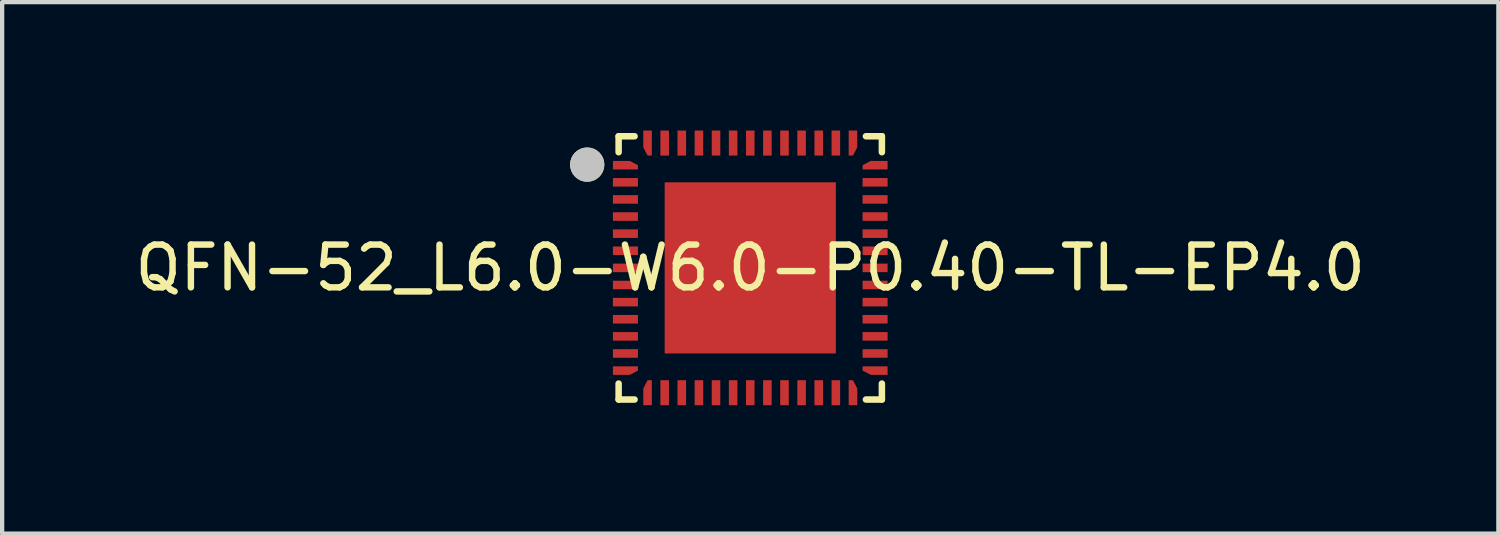
<source format=kicad_pcb>
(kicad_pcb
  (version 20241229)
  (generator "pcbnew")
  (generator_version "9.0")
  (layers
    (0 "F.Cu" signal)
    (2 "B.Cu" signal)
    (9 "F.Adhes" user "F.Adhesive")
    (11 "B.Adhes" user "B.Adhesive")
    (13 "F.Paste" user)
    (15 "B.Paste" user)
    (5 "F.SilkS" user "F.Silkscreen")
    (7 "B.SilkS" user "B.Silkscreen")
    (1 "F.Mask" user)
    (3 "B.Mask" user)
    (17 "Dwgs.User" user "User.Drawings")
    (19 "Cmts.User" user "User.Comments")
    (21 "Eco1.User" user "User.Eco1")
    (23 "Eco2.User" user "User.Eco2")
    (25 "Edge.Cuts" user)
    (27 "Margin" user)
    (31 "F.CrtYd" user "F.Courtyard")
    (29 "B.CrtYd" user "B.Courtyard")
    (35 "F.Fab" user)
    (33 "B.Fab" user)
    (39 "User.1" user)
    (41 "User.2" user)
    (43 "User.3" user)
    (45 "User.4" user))
  (footprint "QFN-52_L6.0-W6.0-P0.40-TL-EP4.0"
    (layer "F.Cu")
    (at 14.482 3.21)
    (property "Reference" "QFN-52_L6.0-W6.0-P0.40-TL-EP4.0" (at 0 0 0) (layer "F.SilkS") (effects (font (size 1 1) (thickness 0.15))))
    (fp_line (start -3.076 -3.076) (end -3.076 -2.703) (stroke (width 0.152) (type default)) (layer "F.SilkS"))
    (fp_line (start -3.076 3.076) (end -3.076 2.703) (stroke (width 0.152) (type default)) (layer "F.SilkS"))
    (fp_line (start -2.703 -3.076) (end -3.076 -3.076) (stroke (width 0.152) (type default)) (layer "F.SilkS"))
    (fp_line (start -2.703 3.076) (end -3.076 3.076) (stroke (width 0.152) (type default)) (layer "F.SilkS"))
    (fp_line (start 2.703 -3.076) (end 3.076 -3.076) (stroke (width 0.152) (type default)) (layer "F.SilkS"))
    (fp_line (start 2.703 3.076) (end 3.076 3.076) (stroke (width 0.152) (type default)) (layer "F.SilkS"))
    (fp_line (start 3.076 -3.076) (end 3.076 -2.703) (stroke (width 0.152) (type default)) (layer "F.SilkS"))
    (fp_line (start 3.076 3.076) (end 3.076 2.703) (stroke (width 0.152) (type default)) (layer "F.SilkS"))
    (fp_circle (center -3.81 -2.413) (end -3.61 -2.413) (stroke (width 0.4) (type default)) (fill no) (layer "F.SilkS"))
    (fp_poly (pts (xy -3.21 -2.1) (xy -3.21 -1.9) (xy -2.625 -1.9) (xy -2.625 -2.1)) (stroke (width 0) (type default)) (fill yes) (layer "F.Paste"))
    (fp_poly (pts (xy -3.21 -1.7) (xy -3.21 -1.5) (xy -2.625 -1.5) (xy -2.625 -1.7)) (stroke (width 0) (type default)) (fill yes) (layer "F.Paste"))
    (fp_poly (pts (xy -3.21 -1.3) (xy -3.21 -1.1) (xy -2.625 -1.1) (xy -2.625 -1.3)) (stroke (width 0) (type default)) (fill yes) (layer "F.Paste"))
    (fp_poly (pts (xy -3.21 -0.9) (xy -3.21 -0.7) (xy -2.625 -0.7) (xy -2.625 -0.9)) (stroke (width 0) (type default)) (fill yes) (layer "F.Paste"))
    (fp_poly (pts (xy -3.21 -0.5) (xy -3.21 -0.3) (xy -2.625 -0.3) (xy -2.625 -0.5)) (stroke (width 0) (type default)) (fill yes) (layer "F.Paste"))
    (fp_poly (pts (xy -3.21 0.3) (xy -3.21 0.5) (xy -2.625 0.5) (xy -2.625 0.3)) (stroke (width 0) (type default)) (fill yes) (layer "F.Paste"))
    (fp_poly (pts (xy -3.21 0.7) (xy -3.21 0.9) (xy -2.625 0.9) (xy -2.625 0.7)) (stroke (width 0) (type default)) (fill yes) (layer "F.Paste"))
    (fp_poly (pts (xy -3.21 1.1) (xy -3.21 1.3) (xy -2.625 1.3) (xy -2.625 1.1)) (stroke (width 0) (type default)) (fill yes) (layer "F.Paste"))
    (fp_poly (pts (xy -3.21 1.5) (xy -3.21 1.7) (xy -2.625 1.7) (xy -2.625 1.5)) (stroke (width 0) (type default)) (fill yes) (layer "F.Paste"))
    (fp_poly (pts (xy -3.21 1.9) (xy -3.21 2.1) (xy -2.625 2.1) (xy -2.625 1.9)) (stroke (width 0) (type default)) (fill yes) (layer "F.Paste"))
    (fp_poly (pts (xy -2.625 0.1) (xy -2.625 -0.1) (xy -3.21 -0.1) (xy -3.21 0.1)) (stroke (width 0) (type default)) (fill yes) (layer "F.Paste"))
    (fp_poly (pts (xy -2.1 2.625) (xy -2.1 3.21) (xy -1.9 3.21) (xy -1.9 2.625)) (stroke (width 0) (type default)) (fill yes) (layer "F.Paste"))
    (fp_poly (pts (xy -1.9 -2.625) (xy -1.9 -3.21) (xy -2.1 -3.21) (xy -2.1 -2.625)) (stroke (width 0) (type default)) (fill yes) (layer "F.Paste"))
    (fp_poly (pts (xy -1.7 -3.21) (xy -1.7 -2.625) (xy -1.5 -2.625) (xy -1.5 -3.21)) (stroke (width 0) (type default)) (fill yes) (layer "F.Paste"))
    (fp_poly (pts (xy -1.7 2.625) (xy -1.7 3.21) (xy -1.5 3.21) (xy -1.5 2.625)) (stroke (width 0) (type default)) (fill yes) (layer "F.Paste"))
    (fp_poly (pts (xy -1.3 -3.21) (xy -1.3 -2.625) (xy -1.1 -2.625) (xy -1.1 -3.21)) (stroke (width 0) (type default)) (fill yes) (layer "F.Paste"))
    (fp_poly (pts (xy -1.3 2.625) (xy -1.3 3.21) (xy -1.1 3.21) (xy -1.1 2.625)) (stroke (width 0) (type default)) (fill yes) (layer "F.Paste"))
    (fp_poly (pts (xy -0.9 -3.21) (xy -0.9 -2.625) (xy -0.7 -2.625) (xy -0.7 -3.21)) (stroke (width 0) (type default)) (fill yes) (layer "F.Paste"))
    (fp_poly (pts (xy -0.7 3.21) (xy -0.7 2.625) (xy -0.9 2.625) (xy -0.9 3.21)) (stroke (width 0) (type default)) (fill yes) (layer "F.Paste"))
    (fp_poly (pts (xy -0.3 -2.625) (xy -0.3 -3.21) (xy -0.5 -3.21) (xy -0.5 -2.625)) (stroke (width 0) (type default)) (fill yes) (layer "F.Paste"))
    (fp_poly (pts (xy -0.3 3.21) (xy -0.3 2.625) (xy -0.5 2.625) (xy -0.5 3.21)) (stroke (width 0) (type default)) (fill yes) (layer "F.Paste"))
    (fp_poly (pts (xy 0.1 -2.625) (xy 0.1 -3.21) (xy -0.1 -3.21) (xy -0.1 -2.625)) (stroke (width 0) (type default)) (fill yes) (layer "F.Paste"))
    (fp_poly (pts (xy 0.1 3.21) (xy 0.1 2.625) (xy -0.1 2.625) (xy -0.1 3.21)) (stroke (width 0) (type default)) (fill yes) (layer "F.Paste"))
    (fp_poly (pts (xy 0.5 -2.625) (xy 0.5 -3.21) (xy 0.3 -3.21) (xy 0.3 -2.625)) (stroke (width 0) (type default)) (fill yes) (layer "F.Paste"))
    (fp_poly (pts (xy 0.5 3.21) (xy 0.5 2.625) (xy 0.3 2.625) (xy 0.3 3.21)) (stroke (width 0) (type default)) (fill yes) (layer "F.Paste"))
    (fp_poly (pts (xy 0.9 -2.625) (xy 0.9 -3.21) (xy 0.7 -3.21) (xy 0.7 -2.625)) (stroke (width 0) (type default)) (fill yes) (layer "F.Paste"))
    (fp_poly (pts (xy 0.9 3.21) (xy 0.9 2.625) (xy 0.7 2.625) (xy 0.7 3.21)) (stroke (width 0) (type default)) (fill yes) (layer "F.Paste"))
    (fp_poly (pts (xy 1.1 2.625) (xy 1.1 3.21) (xy 1.3 3.21) (xy 1.3 2.625)) (stroke (width 0) (type default)) (fill yes) (layer "F.Paste"))
    (fp_poly (pts (xy 1.3 -2.625) (xy 1.3 -3.21) (xy 1.1 -3.21) (xy 1.1 -2.625)) (stroke (width 0) (type default)) (fill yes) (layer "F.Paste"))
    (fp_poly (pts (xy 1.5 -3.21) (xy 1.5 -2.625) (xy 1.7 -2.625) (xy 1.7 -3.21)) (stroke (width 0) (type default)) (fill yes) (layer "F.Paste"))
    (fp_poly (pts (xy 1.7 3.21) (xy 1.7 2.625) (xy 1.5 2.625) (xy 1.5 3.21)) (stroke (width 0) (type default)) (fill yes) (layer "F.Paste"))
    (fp_poly (pts (xy 1.8 -1.8) (xy 1.8 1.8) (xy -1.8 1.8) (xy -1.8 -1.8)) (stroke (width 0) (type default)) (fill yes) (layer "F.Paste"))
    (fp_poly (pts (xy 1.9 -3.21) (xy 1.9 -2.625) (xy 2.1 -2.625) (xy 2.1 -3.21)) (stroke (width 0) (type default)) (fill yes) (layer "F.Paste"))
    (fp_poly (pts (xy 2.1 3.21) (xy 2.1 2.625) (xy 1.9 2.625) (xy 1.9 3.21)) (stroke (width 0) (type default)) (fill yes) (layer "F.Paste"))
    (fp_poly (pts (xy 3.21 -1.9) (xy 3.21 -2.1) (xy 2.625 -2.1) (xy 2.625 -1.9)) (stroke (width 0) (type default)) (fill yes) (layer "F.Paste"))
    (fp_poly (pts (xy 3.21 -1.5) (xy 3.21 -1.7) (xy 2.625 -1.7) (xy 2.625 -1.5)) (stroke (width 0) (type default)) (fill yes) (layer "F.Paste"))
    (fp_poly (pts (xy 3.21 -1.1) (xy 3.21 -1.3) (xy 2.625 -1.3) (xy 2.625 -1.1)) (stroke (width 0) (type default)) (fill yes) (layer "F.Paste"))
    (fp_poly (pts (xy 3.21 -0.7) (xy 3.21 -0.9) (xy 2.625 -0.9) (xy 2.625 -0.7)) (stroke (width 0) (type default)) (fill yes) (layer "F.Paste"))
    (fp_poly (pts (xy 3.21 -0.3) (xy 3.21 -0.5) (xy 2.625 -0.5) (xy 2.625 -0.3)) (stroke (width 0) (type default)) (fill yes) (layer "F.Paste"))
    (fp_poly (pts (xy 3.21 0.1) (xy 3.21 -0.1) (xy 2.625 -0.1) (xy 2.625 0.1)) (stroke (width 0) (type default)) (fill yes) (layer "F.Paste"))
    (fp_poly (pts (xy 3.21 0.5) (xy 3.21 0.3) (xy 2.625 0.3) (xy 2.625 0.5)) (stroke (width 0) (type default)) (fill yes) (layer "F.Paste"))
    (fp_poly (pts (xy 3.21 0.9) (xy 3.21 0.7) (xy 2.625 0.7) (xy 2.625 0.9)) (stroke (width 0) (type default)) (fill yes) (layer "F.Paste"))
    (fp_poly (pts (xy 3.21 1.3) (xy 3.21 1.1) (xy 2.625 1.1) (xy 2.625 1.3)) (stroke (width 0) (type default)) (fill yes) (layer "F.Paste"))
    (fp_poly (pts (xy 3.21 1.7) (xy 3.21 1.5) (xy 2.625 1.5) (xy 2.625 1.7)) (stroke (width 0) (type default)) (fill yes) (layer "F.Paste"))
    (fp_poly (pts (xy 3.21 2.1) (xy 3.21 1.9) (xy 2.625 1.9) (xy 2.625 2.1)) (stroke (width 0) (type default)) (fill yes) (layer "F.Paste"))
    (fp_poly (pts (xy -3.21 -2.5) (xy -3.21 -2.3) (xy -2.625 -2.3) (xy -2.625 -2.4) (xy -2.817 -2.5)) (stroke (width 0) (type default)) (fill yes) (layer "F.Paste"))
    (fp_poly (pts (xy -2.625 2.4) (xy -2.625 2.3) (xy -3.21 2.3) (xy -3.21 2.5) (xy -2.817 2.5)) (stroke (width 0) (type default)) (fill yes) (layer "F.Paste"))
    (fp_poly (pts (xy -2.4 2.624) (xy -2.5 2.817) (xy -2.5 3.209) (xy -2.3 3.209) (xy -2.3 2.624)) (stroke (width 0) (type default)) (fill yes) (layer "F.Paste"))
    (fp_poly (pts (xy -2.3 -2.625) (xy -2.3 -3.21) (xy -2.5 -3.21) (xy -2.5 -2.817) (xy -2.4 -2.625)) (stroke (width 0) (type default)) (fill yes) (layer "F.Paste"))
    (fp_poly (pts (xy 2.5 -2.817) (xy 2.5 -3.21) (xy 2.3 -3.21) (xy 2.3 -2.625) (xy 2.4 -2.625)) (stroke (width 0) (type default)) (fill yes) (layer "F.Paste"))
    (fp_poly (pts (xy 2.5 2.817) (xy 2.4 2.625) (xy 2.3 2.625) (xy 2.3 3.21) (xy 2.5 3.21)) (stroke (width 0) (type default)) (fill yes) (layer "F.Paste"))
    (fp_poly (pts (xy 3.21 -2.3) (xy 3.21 -2.5) (xy 2.817 -2.5) (xy 2.625 -2.4) (xy 2.625 -2.3)) (stroke (width 0) (type default)) (fill yes) (layer "F.Paste"))
    (fp_poly (pts (xy 3.21 2.5) (xy 3.21 2.3) (xy 2.625 2.3) (xy 2.625 2.4) (xy 2.817 2.5)) (stroke (width 0) (type default)) (fill yes) (layer "F.Paste"))
    (fp_circle (center -3.81 -2.413) (end -3.61 -2.413) (stroke (width 0.4) (type default)) (fill no) (layer "Dwgs.User"))
    (fp_poly (pts (xy -3 -2.3) (xy -3 -2.5) (xy -2.6 -2.5) (xy -2.6 -2.3)) (stroke (width 0.1) (type default)) (fill no) (layer "User.1"))
    (fp_poly (pts (xy -3 -1.9) (xy -3 -2.1) (xy -2.6 -2.1) (xy -2.6 -1.9)) (stroke (width 0.1) (type default)) (fill no) (layer "User.1"))
    (fp_poly (pts (xy -3 -1.5) (xy -3 -1.7) (xy -2.6 -1.7) (xy -2.6 -1.5)) (stroke (width 0.1) (type default)) (fill no) (layer "User.1"))
    (fp_poly (pts (xy -3 -1.1) (xy -3 -1.3) (xy -2.6 -1.3) (xy -2.6 -1.1)) (stroke (width 0.1) (type default)) (fill no) (layer "User.1"))
    (fp_poly (pts (xy -3 -0.7) (xy -3 -0.9) (xy -2.6 -0.9) (xy -2.6 -0.7)) (stroke (width 0.1) (type default)) (fill no) (layer "User.1"))
    (fp_poly (pts (xy -3 -0.3) (xy -3 -0.5) (xy -2.6 -0.5) (xy -2.6 -0.3)) (stroke (width 0.1) (type default)) (fill no) (layer "User.1"))
    (fp_poly (pts (xy -3 0.1) (xy -3 -0.1) (xy -2.6 -0.1) (xy -2.6 0.1)) (stroke (width 0.1) (type default)) (fill no) (layer "User.1"))
    (fp_poly (pts (xy -3 0.5) (xy -3 0.3) (xy -2.6 0.3) (xy -2.6 0.5)) (stroke (width 0.1) (type default)) (fill no) (layer "User.1"))
    (fp_poly (pts (xy -3 0.9) (xy -3 0.7) (xy -2.6 0.7) (xy -2.6 0.9)) (stroke (width 0.1) (type default)) (fill no) (layer "User.1"))
    (fp_poly (pts (xy -3 1.3) (xy -3 1.1) (xy -2.6 1.1) (xy -2.6 1.3)) (stroke (width 0.1) (type default)) (fill no) (layer "User.1"))
    (fp_poly (pts (xy -3 1.7) (xy -3 1.5) (xy -2.6 1.5) (xy -2.6 1.7)) (stroke (width 0.1) (type default)) (fill no) (layer "User.1"))
    (fp_poly (pts (xy -3 2.1) (xy -3 1.9) (xy -2.6 1.9) (xy -2.6 2.1)) (stroke (width 0.1) (type default)) (fill no) (layer "User.1"))
    (fp_poly (pts (xy -2.6 2.3) (xy -2.6 2.5) (xy -3 2.5) (xy -3 2.3)) (stroke (width 0.1) (type default)) (fill no) (layer "User.1"))
    (fp_poly (pts (xy -2.5 -3) (xy -2.3 -3) (xy -2.3 -2.6) (xy -2.5 -2.6)) (stroke (width 0.1) (type default)) (fill no) (layer "User.1"))
    (fp_poly (pts (xy -2.5 2.6) (xy -2.3 2.6) (xy -2.3 3) (xy -2.5 3)) (stroke (width 0.1) (type default)) (fill no) (layer "User.1"))
    (fp_poly (pts (xy -2.1 -2.6) (xy -2.1 -3) (xy -1.9 -3) (xy -1.9 -2.6)) (stroke (width 0.1) (type default)) (fill no) (layer "User.1"))
    (fp_poly (pts (xy -2.1 3) (xy -2.1 2.6) (xy -1.9 2.6) (xy -1.9 3)) (stroke (width 0.1) (type default)) (fill no) (layer "User.1"))
    (fp_poly (pts (xy -1.7 -2.6) (xy -1.7 -3) (xy -1.5 -3) (xy -1.5 -2.6)) (stroke (width 0.1) (type default)) (fill no) (layer "User.1"))
    (fp_poly (pts (xy -1.7 3) (xy -1.7 2.6) (xy -1.5 2.6) (xy -1.5 3)) (stroke (width 0.1) (type default)) (fill no) (layer "User.1"))
    (fp_poly (pts (xy -1.3 -2.6) (xy -1.3 -3) (xy -1.1 -3) (xy -1.1 -2.6)) (stroke (width 0.1) (type default)) (fill no) (layer "User.1"))
    (fp_poly (pts (xy -1.3 3) (xy -1.3 2.6) (xy -1.1 2.6) (xy -1.1 3)) (stroke (width 0.1) (type default)) (fill no) (layer "User.1"))
    (fp_poly (pts (xy -0.9 -2.6) (xy -0.9 -3) (xy -0.7 -3) (xy -0.7 -2.6)) (stroke (width 0.1) (type default)) (fill no) (layer "User.1"))
    (fp_poly (pts (xy -0.9 3) (xy -0.9 2.6) (xy -0.7 2.6) (xy -0.7 3)) (stroke (width 0.1) (type default)) (fill no) (layer "User.1"))
    (fp_poly (pts (xy -0.5 -2.6) (xy -0.5 -3) (xy -0.3 -3) (xy -0.3 -2.6)) (stroke (width 0.1) (type default)) (fill no) (layer "User.1"))
    (fp_poly (pts (xy -0.5 3) (xy -0.5 2.6) (xy -0.3 2.6) (xy -0.3 3)) (stroke (width 0.1) (type default)) (fill no) (layer "User.1"))
    (fp_poly (pts (xy -0.1 -2.6) (xy -0.1 -3) (xy 0.1 -3) (xy 0.1 -2.6)) (stroke (width 0.1) (type default)) (fill no) (layer "User.1"))
    (fp_poly (pts (xy -0.1 3) (xy -0.1 2.6) (xy 0.1 2.6) (xy 0.1 3)) (stroke (width 0.1) (type default)) (fill no) (layer "User.1"))
    (fp_poly (pts (xy 0.3 -2.6) (xy 0.3 -3) (xy 0.5 -3) (xy 0.5 -2.6)) (stroke (width 0.1) (type default)) (fill no) (layer "User.1"))
    (fp_poly (pts (xy 0.3 3) (xy 0.3 2.6) (xy 0.5 2.6) (xy 0.5 3)) (stroke (width 0.1) (type default)) (fill no) (layer "User.1"))
    (fp_poly (pts (xy 0.7 -2.6) (xy 0.7 -3) (xy 0.9 -3) (xy 0.9 -2.6)) (stroke (width 0.1) (type default)) (fill no) (layer "User.1"))
    (fp_poly (pts (xy 0.7 3) (xy 0.7 2.6) (xy 0.9 2.6) (xy 0.9 3)) (stroke (width 0.1) (type default)) (fill no) (layer "User.1"))
    (fp_poly (pts (xy 1.1 -2.6) (xy 1.1 -3) (xy 1.3 -3) (xy 1.3 -2.6)) (stroke (width 0.1) (type default)) (fill no) (layer "User.1"))
    (fp_poly (pts (xy 1.1 3) (xy 1.1 2.6) (xy 1.3 2.6) (xy 1.3 3)) (stroke (width 0.1) (type default)) (fill no) (layer "User.1"))
    (fp_poly (pts (xy 1.5 -2.6) (xy 1.5 -3) (xy 1.7 -3) (xy 1.7 -2.6)) (stroke (width 0.1) (type default)) (fill no) (layer "User.1"))
    (fp_poly (pts (xy 1.5 3) (xy 1.5 2.6) (xy 1.7 2.6) (xy 1.7 3)) (stroke (width 0.1) (type default)) (fill no) (layer "User.1"))
    (fp_poly (pts (xy 1.9 -2.6) (xy 1.9 -3) (xy 2.1 -3) (xy 2.1 -2.6)) (stroke (width 0.1) (type default)) (fill no) (layer "User.1"))
    (fp_poly (pts (xy 1.9 3) (xy 1.9 2.6) (xy 2.1 2.6) (xy 2.1 3)) (stroke (width 0.1) (type default)) (fill no) (layer "User.1"))
    (fp_poly (pts (xy 2 -2) (xy 2 2) (xy -2 2) (xy -2 -2)) (stroke (width 0.1) (type default)) (fill no) (layer "User.1"))
    (fp_poly (pts (xy 2.5 -2.6) (xy 2.3 -2.6) (xy 2.3 -3) (xy 2.5 -3)) (stroke (width 0.1) (type default)) (fill no) (layer "User.1"))
    (fp_poly (pts (xy 2.501 3) (xy 2.3 3) (xy 2.3 2.6) (xy 2.501 2.6)) (stroke (width 0.1) (type default)) (fill no) (layer "User.1"))
    (fp_poly (pts (xy 2.6 -2.3) (xy 2.6 -2.5) (xy 3 -2.5) (xy 3 -2.3)) (stroke (width 0.1) (type default)) (fill no) (layer "User.1"))
    (fp_poly (pts (xy 2.6 -1.9) (xy 2.6 -2.1) (xy 3 -2.1) (xy 3 -1.9)) (stroke (width 0.1) (type default)) (fill no) (layer "User.1"))
    (fp_poly (pts (xy 2.6 -1.5) (xy 2.6 -1.7) (xy 3 -1.7) (xy 3 -1.5)) (stroke (width 0.1) (type default)) (fill no) (layer "User.1"))
    (fp_poly (pts (xy 2.6 -1.1) (xy 2.6 -1.3) (xy 3 -1.3) (xy 3 -1.1)) (stroke (width 0.1) (type default)) (fill no) (layer "User.1"))
    (fp_poly (pts (xy 2.6 -0.7) (xy 2.6 -0.9) (xy 3 -0.9) (xy 3 -0.7)) (stroke (width 0.1) (type default)) (fill no) (layer "User.1"))
    (fp_poly (pts (xy 2.6 -0.3) (xy 2.6 -0.5) (xy 3 -0.5) (xy 3 -0.3)) (stroke (width 0.1) (type default)) (fill no) (layer "User.1"))
    (fp_poly (pts (xy 2.6 0.1) (xy 2.6 -0.1) (xy 3 -0.1) (xy 3 0.1)) (stroke (width 0.1) (type default)) (fill no) (layer "User.1"))
    (fp_poly (pts (xy 2.6 0.5) (xy 2.6 0.3) (xy 3 0.3) (xy 3 0.5)) (stroke (width 0.1) (type default)) (fill no) (layer "User.1"))
    (fp_poly (pts (xy 2.6 0.9) (xy 2.6 0.7) (xy 3 0.7) (xy 3 0.9)) (stroke (width 0.1) (type default)) (fill no) (layer "User.1"))
    (fp_poly (pts (xy 2.6 1.3) (xy 2.6 1.1) (xy 3 1.1) (xy 3 1.3)) (stroke (width 0.1) (type default)) (fill no) (layer "User.1"))
    (fp_poly (pts (xy 2.6 1.7) (xy 2.6 1.5) (xy 3 1.5) (xy 3 1.7)) (stroke (width 0.1) (type default)) (fill no) (layer "User.1"))
    (fp_poly (pts (xy 2.6 2.1) (xy 2.6 1.9) (xy 3 1.9) (xy 3 2.1)) (stroke (width 0.1) (type default)) (fill no) (layer "User.1"))
    (fp_poly (pts (xy 3 2.3) (xy 3 2.5) (xy 2.6 2.5) (xy 2.6 2.3)) (stroke (width 0.1) (type default)) (fill no) (layer "User.1"))
    (fp_line (start -3 -3) (end 3 -3) (stroke (width 0.051) (type default)) (layer "User.2"))
    (fp_line (start -3 3) (end -3 -3) (stroke (width 0.051) (type default)) (layer "User.2"))
    (fp_line (start 3 -3) (end 3 3) (stroke (width 0.051) (type default)) (layer "User.2"))
    (fp_line (start 3 3) (end -3 3) (stroke (width 0.051) (type default)) (layer "User.2"))
    (fp_poly (pts (xy -2.94 -3) (xy -2.958 -3.042) (xy -3 -3.06) (xy -3.042 -3.042) (xy -3.06 -3) (xy -3.042 -2.958) (xy -3 -2.94) (xy -2.958 -2.958)) (stroke (width 0.1) (type default)) (fill no) (layer "User.3"))
    (pad "1" smd custom (at -2.917 -2.4) (size 0.000001 0.000001) (layers "F.Cu" "F.Mask" "F.Paste") (options (anchor circle)) (primitives (gr_poly (pts (xy 0.1 -0.1) (xy 0.292 0) (xy 0.292 0.1) (xy -0.292 0.1) (xy -0.292 -0.1)) (width 0) (fill yes))))
    (pad "2" smd rect (at -2.917 -2 270) (size 0.2 0.585) (layers "F.Cu" "F.Mask" "F.Paste"))
    (pad "3" smd rect (at -2.917 -1.6 270) (size 0.2 0.585) (layers "F.Cu" "F.Mask" "F.Paste"))
    (pad "4" smd rect (at -2.917 -1.2 270) (size 0.2 0.585) (layers "F.Cu" "F.Mask" "F.Paste"))
    (pad "5" smd rect (at -2.917 -0.8 270) (size 0.2 0.585) (layers "F.Cu" "F.Mask" "F.Paste"))
    (pad "6" smd rect (at -2.917 -0.4 270) (size 0.2 0.585) (layers "F.Cu" "F.Mask" "F.Paste"))
    (pad "7" smd rect (at -2.917 0 270) (size 0.2 0.585) (layers "F.Cu" "F.Mask" "F.Paste"))
    (pad "8" smd rect (at -2.917 0.4 270) (size 0.2 0.585) (layers "F.Cu" "F.Mask" "F.Paste"))
    (pad "9" smd rect (at -2.917 0.8 270) (size 0.2 0.585) (layers "F.Cu" "F.Mask" "F.Paste"))
    (pad "10" smd rect (at -2.917 1.2 270) (size 0.2 0.585) (layers "F.Cu" "F.Mask" "F.Paste"))
    (pad "11" smd rect (at -2.917 1.6 270) (size 0.2 0.585) (layers "F.Cu" "F.Mask" "F.Paste"))
    (pad "12" smd rect (at -2.917 2 270) (size 0.2 0.585) (layers "F.Cu" "F.Mask" "F.Paste"))
    (pad "13" smd custom (at -2.917 2.4) (size 0.000001 0.000001) (layers "F.Cu" "F.Mask" "F.Paste") (options (anchor circle)) (primitives (gr_poly (pts (xy 0.1 0.1) (xy 0.292 0) (xy 0.292 -0.1) (xy -0.292 -0.1) (xy -0.292 0.1)) (width 0) (fill yes))))
    (pad "14" smd custom (at -2.4 2.917) (size 0.000001 0.000001) (layers "F.Cu" "F.Mask" "F.Paste") (options (anchor circle)) (primitives (gr_poly (pts (xy -0.1 -0.1) (xy 0 -0.292) (xy 0.1 -0.292) (xy 0.1 0.292) (xy -0.1 0.292)) (width 0) (fill yes))))
    (pad "15" smd rect (at -2 2.917 270) (size 0.585 0.2) (layers "F.Cu" "F.Mask" "F.Paste"))
    (pad "16" smd rect (at -1.6 2.917 270) (size 0.585 0.2) (layers "F.Cu" "F.Mask" "F.Paste"))
    (pad "17" smd rect (at -1.2 2.917 270) (size 0.585 0.2) (layers "F.Cu" "F.Mask" "F.Paste"))
    (pad "18" smd rect (at -0.8 2.917 270) (size 0.585 0.2) (layers "F.Cu" "F.Mask" "F.Paste"))
    (pad "19" smd rect (at -0.4 2.917 270) (size 0.585 0.2) (layers "F.Cu" "F.Mask" "F.Paste"))
    (pad "20" smd rect (at 0 2.917 270) (size 0.585 0.2) (layers "F.Cu" "F.Mask" "F.Paste"))
    (pad "21" smd rect (at 0.4 2.917 270) (size 0.585 0.2) (layers "F.Cu" "F.Mask" "F.Paste"))
    (pad "22" smd rect (at 0.8 2.917 270) (size 0.585 0.2) (layers "F.Cu" "F.Mask" "F.Paste"))
    (pad "23" smd rect (at 1.2 2.917 270) (size 0.585 0.2) (layers "F.Cu" "F.Mask" "F.Paste"))
    (pad "24" smd rect (at 1.6 2.917 270) (size 0.585 0.2) (layers "F.Cu" "F.Mask" "F.Paste"))
    (pad "25" smd rect (at 2 2.917 270) (size 0.585 0.2) (layers "F.Cu" "F.Mask" "F.Paste"))
    (pad "26" smd custom (at 2.401 2.917) (size 0.000001 0.000001) (layers "F.Cu" "F.Mask" "F.Paste") (options (anchor circle)) (primitives (gr_poly (pts (xy 0.1 -0.1) (xy -0.001 -0.292) (xy -0.101 -0.292) (xy -0.101 0.292) (xy 0.1 0.292)) (width 0) (fill yes))))
    (pad "27" smd custom (at 2.917 2.4) (size 0.000001 0.000001) (layers "F.Cu" "F.Mask" "F.Paste") (options (anchor circle)) (primitives (gr_poly (pts (xy -0.1 0.1) (xy -0.292 0) (xy -0.292 -0.1) (xy 0.292 -0.1) (xy 0.292 0.1)) (width 0) (fill yes))))
    (pad "28" smd rect (at 2.917 2 270) (size 0.2 0.585) (layers "F.Cu" "F.Mask" "F.Paste"))
    (pad "29" smd rect (at 2.917 1.6 270) (size 0.2 0.585) (layers "F.Cu" "F.Mask" "F.Paste"))
    (pad "30" smd rect (at 2.917 1.2 270) (size 0.2 0.585) (layers "F.Cu" "F.Mask" "F.Paste"))
    (pad "31" smd rect (at 2.917 0.8 270) (size 0.2 0.585) (layers "F.Cu" "F.Mask" "F.Paste"))
    (pad "32" smd rect (at 2.917 0.4 270) (size 0.2 0.585) (layers "F.Cu" "F.Mask" "F.Paste"))
    (pad "33" smd rect (at 2.917 0 270) (size 0.2 0.585) (layers "F.Cu" "F.Mask" "F.Paste"))
    (pad "34" smd rect (at 2.917 -0.4 270) (size 0.2 0.585) (layers "F.Cu" "F.Mask" "F.Paste"))
    (pad "35" smd rect (at 2.917 -0.8 270) (size 0.2 0.585) (layers "F.Cu" "F.Mask" "F.Paste"))
    (pad "36" smd rect (at 2.917 -1.2 270) (size 0.2 0.585) (layers "F.Cu" "F.Mask" "F.Paste"))
    (pad "37" smd rect (at 2.917 -1.6 270) (size 0.2 0.585) (layers "F.Cu" "F.Mask" "F.Paste"))
    (pad "38" smd rect (at 2.917 -2 270) (size 0.2 0.585) (layers "F.Cu" "F.Mask" "F.Paste"))
    (pad "39" smd custom (at 2.917 -2.4) (size 0.000001 0.000001) (layers "F.Cu" "F.Mask" "F.Paste") (options (anchor circle)) (primitives (gr_poly (pts (xy -0.1 -0.1) (xy -0.292 0) (xy -0.292 0.1) (xy 0.292 0.1) (xy 0.292 -0.1)) (width 0) (fill yes))))
    (pad "40" smd custom (at 2.4 -2.917) (size 0.000001 0.000001) (layers "F.Cu" "F.Mask" "F.Paste") (options (anchor circle)) (primitives (gr_poly (pts (xy 0.1 0.1) (xy 0 0.292) (xy -0.1 0.292) (xy -0.1 -0.292) (xy 0.1 -0.292)) (width 0) (fill yes))))
    (pad "41" smd rect (at 2 -2.917 270) (size 0.585 0.2) (layers "F.Cu" "F.Mask" "F.Paste"))
    (pad "42" smd rect (at 1.6 -2.917 270) (size 0.585 0.2) (layers "F.Cu" "F.Mask" "F.Paste"))
    (pad "43" smd rect (at 1.2 -2.917 270) (size 0.585 0.2) (layers "F.Cu" "F.Mask" "F.Paste"))
    (pad "44" smd rect (at 0.8 -2.917 270) (size 0.585 0.2) (layers "F.Cu" "F.Mask" "F.Paste"))
    (pad "45" smd rect (at 0.4 -2.917 270) (size 0.585 0.2) (layers "F.Cu" "F.Mask" "F.Paste"))
    (pad "46" smd rect (at 0 -2.917 270) (size 0.585 0.2) (layers "F.Cu" "F.Mask" "F.Paste"))
    (pad "47" smd rect (at -0.4 -2.917 270) (size 0.585 0.2) (layers "F.Cu" "F.Mask" "F.Paste"))
    (pad "48" smd rect (at -0.8 -2.917 270) (size 0.585 0.2) (layers "F.Cu" "F.Mask" "F.Paste"))
    (pad "49" smd rect (at -1.2 -2.917 270) (size 0.585 0.2) (layers "F.Cu" "F.Mask" "F.Paste"))
    (pad "50" smd rect (at -1.6 -2.917 270) (size 0.585 0.2) (layers "F.Cu" "F.Mask" "F.Paste"))
    (pad "51" smd rect (at -2 -2.917 270) (size 0.585 0.2) (layers "F.Cu" "F.Mask" "F.Paste"))
    (pad "52" smd custom (at -2.4 -2.917) (size 0.000001 0.000001) (layers "F.Cu" "F.Mask" "F.Paste") (options (anchor circle)) (primitives (gr_poly (pts (xy -0.1 0.1) (xy 0 0.292) (xy 0.1 0.292) (xy 0.1 -0.292) (xy -0.1 -0.292)) (width 0) (fill yes))))
    (pad "53" smd rect (at 0 0 270) (size 4 4) (layers "F.Cu" "F.Mask" "F.Paste")))
  (gr_rect
    (start -3 -3)
    (end 31.964 9.42)
    (stroke (width 0.1) (type default))
    (fill no)
    (layer "Edge.Cuts")))
</source>
